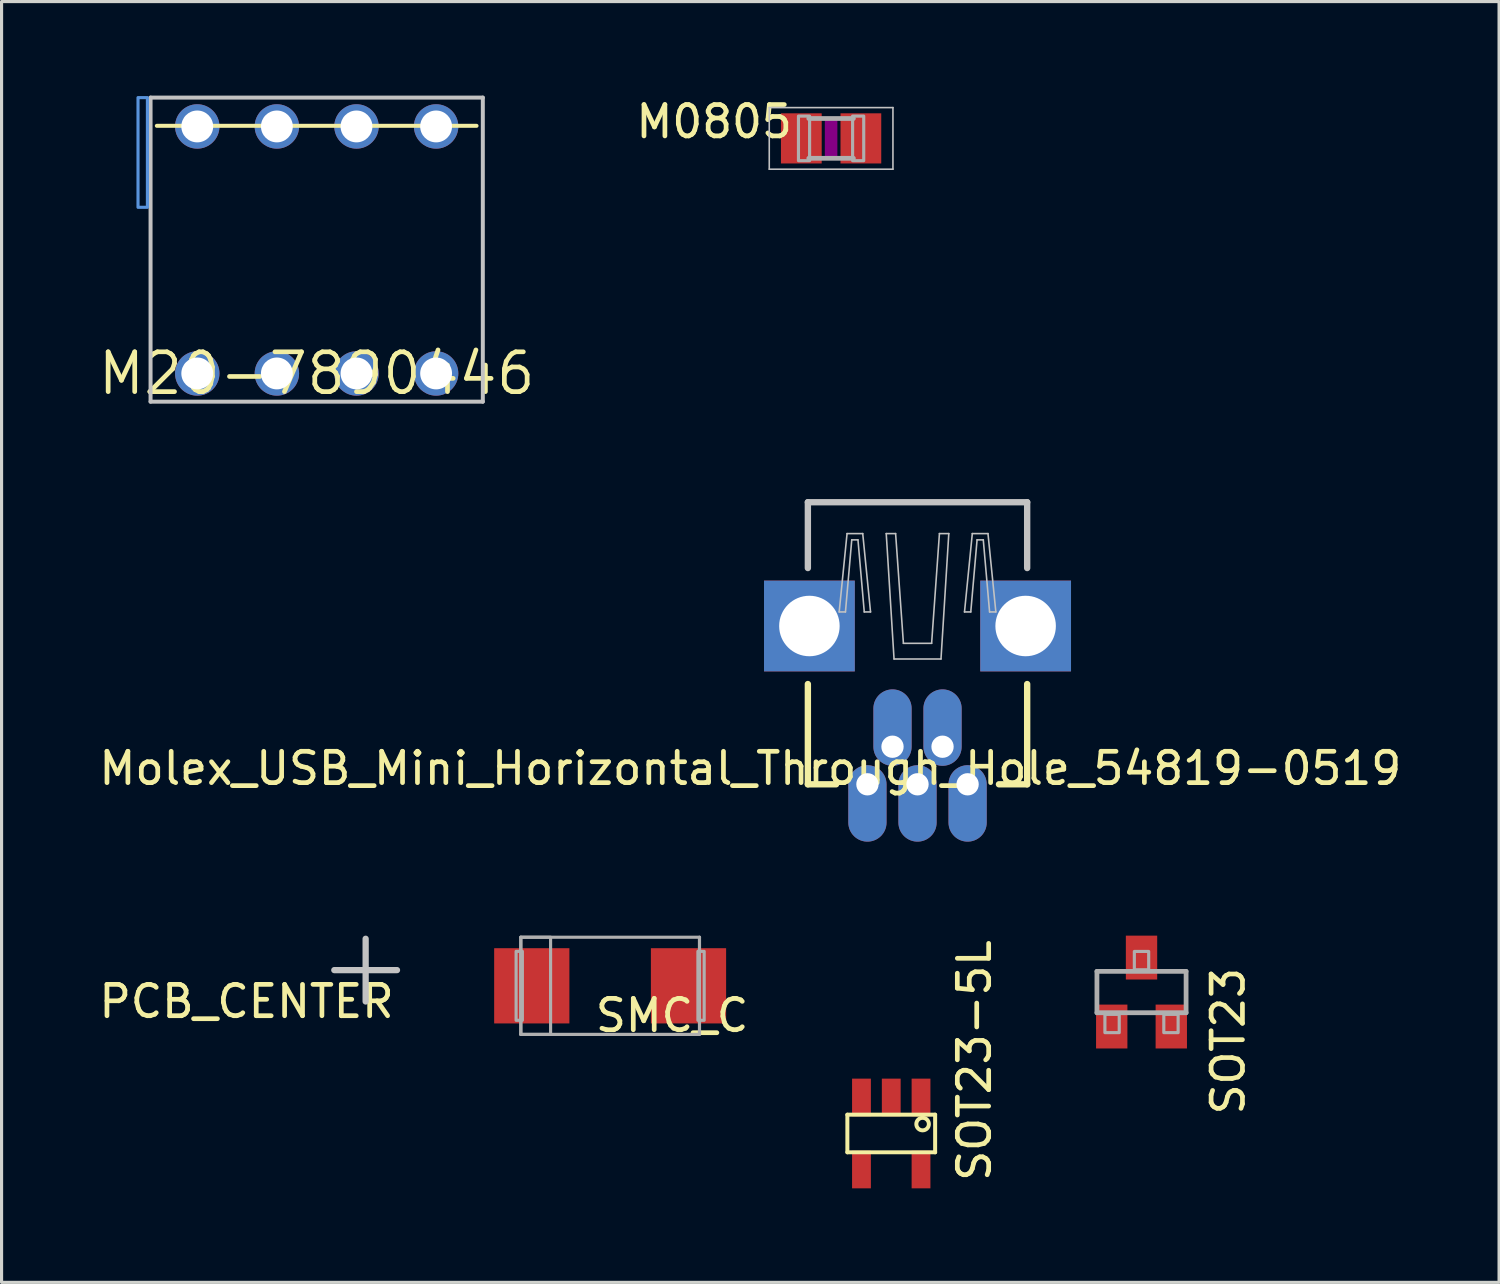
<source format=kicad_pcb>
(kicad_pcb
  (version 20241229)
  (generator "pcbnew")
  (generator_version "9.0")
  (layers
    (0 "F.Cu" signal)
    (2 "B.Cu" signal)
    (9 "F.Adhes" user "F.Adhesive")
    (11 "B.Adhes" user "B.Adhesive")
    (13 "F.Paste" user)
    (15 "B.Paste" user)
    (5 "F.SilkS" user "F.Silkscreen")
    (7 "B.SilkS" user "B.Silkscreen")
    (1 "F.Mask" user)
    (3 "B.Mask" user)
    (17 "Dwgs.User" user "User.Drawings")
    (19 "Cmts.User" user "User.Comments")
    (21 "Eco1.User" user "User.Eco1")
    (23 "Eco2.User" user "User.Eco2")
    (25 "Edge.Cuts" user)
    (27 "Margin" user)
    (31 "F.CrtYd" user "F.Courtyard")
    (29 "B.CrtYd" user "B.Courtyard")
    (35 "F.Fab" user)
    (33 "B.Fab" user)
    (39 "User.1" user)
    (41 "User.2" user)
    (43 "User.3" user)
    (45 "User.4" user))
  (footprint "PCB_CENTER"
    (layer "F.Cu")
    (at 8.615 27.899)
    (property "Reference" "PCB_CENTER" (at -3.8 1 0) (layer "F.SilkS") (effects (font (size 1 1) (thickness 0.15))))
    (attr through_hole)
    (fp_line (start -1 0) (end 1 0) (stroke (width 0.2) (type solid)) (layer "Dwgs.User"))
    (fp_line (start 0 -1) (end 0 1) (stroke (width 0.2) (type solid)) (layer "Dwgs.User")))
  (footprint "M0805"
    (layer "F.Cu")
    (at 23.464 1.365)
    (property "Reference" "M0805" (at -1.156 -1.119 180) (layer "F.SilkS") (effects (font (size 1 1) (thickness 0.15)) (justify right top)))
    (attr through_hole)
    (fp_poly (pts (xy -0.2 0.6) (xy 0.2 0.6) (xy 0.2 -0.6) (xy -0.2 -0.6)) (stroke (width 0) (type solid)) (fill yes) (layer "F.Adhes"))
    (fp_line (start -1.973 -0.983) (end 1.973 -0.983) (stroke (width 0.051) (type solid)) (layer "Dwgs.User"))
    (fp_line (start -1.973 0.983) (end -1.973 -0.983) (stroke (width 0.051) (type solid)) (layer "Dwgs.User"))
    (fp_line (start 1.973 -0.983) (end 1.973 0.983) (stroke (width 0.051) (type solid)) (layer "Dwgs.User"))
    (fp_line (start 1.973 0.983) (end -1.973 0.983) (stroke (width 0.051) (type solid)) (layer "Dwgs.User"))
    (fp_line (start 0.711 -0.635) (end -0.711 -0.635) (stroke (width 0.152) (type solid)) (layer "F.Fab"))
    (fp_line (start 0.711 0.635) (end -0.711 0.635) (stroke (width 0.152) (type solid)) (layer "F.Fab"))
    (fp_poly (pts (xy -1.041 0.711) (xy -0.686 0.711) (xy -0.686 -0.711) (xy -1.041 -0.711)) (stroke (width 0.1) (type solid)) (fill no) (layer "F.Fab"))
    (fp_poly (pts (xy 0.686 0.711) (xy 1.041 0.711) (xy 1.041 -0.711) (xy 0.686 -0.711)) (stroke (width 0.1) (type solid)) (fill no) (layer "F.Fab"))
    (pad "1" smd rect (at -0.95 0) (size 1.3 1.6) (layers "F.Cu" "F.Mask" "F.Paste"))
    (pad "2" smd rect (at 0.95 0) (size 1.3 1.6) (layers "F.Cu" "F.Mask" "F.Paste")))
  (footprint "SOT23-5L"
    (layer "F.Cu")
    (at 25.383 33.111)
    (property "Reference" "SOT23-5L" (at 3.238 1.605 90) (layer "F.SilkS") (effects (font (size 1 1) (thickness 0.15)) (justify left bottom)))
    (attr through_hole)
    (fp_line (start -1.4 -0.6) (end 1.4 -0.6) (stroke (width 0.127) (type solid)) (layer "F.SilkS"))
    (fp_line (start -1.4 0.6) (end -1.4 -0.6) (stroke (width 0.127) (type solid)) (layer "F.SilkS"))
    (fp_line (start 1.4 -0.6) (end 1.4 0.6) (stroke (width 0.127) (type solid)) (layer "F.SilkS"))
    (fp_line (start 1.4 0.6) (end -1.4 0.6) (stroke (width 0.127) (type solid)) (layer "F.SilkS"))
    (fp_circle (center 1 -0.3) (end 1.2 -0.3) (stroke (width 0.127) (type solid)) (fill no) (layer "F.SilkS"))
    (pad "1" smd rect (at 0.95 -1.15) (size 0.6 1.2) (layers "F.Cu" "F.Mask" "F.Paste"))
    (pad "2" smd rect (at 0 -1.15) (size 0.6 1.2) (layers "F.Cu" "F.Mask" "F.Paste"))
    (pad "3" smd rect (at -0.95 -1.15) (size 0.6 1.2) (layers "F.Cu" "F.Mask" "F.Paste"))
    (pad "4" smd rect (at -0.95 1.15) (size 0.6 1.2) (layers "F.Cu" "F.Mask" "F.Paste"))
    (pad "5" smd rect (at 0.95 1.15) (size 0.6 1.2) (layers "F.Cu" "F.Mask" "F.Paste")))
  (footprint "SMC_C"
    (layer "F.Cu")
    (at 16.415 28.4)
    (property "Reference" "SMC_C" (at 4.504 0.361 0) (layer "F.SilkS") (effects (font (size 1 1) (thickness 0.15)) (justify right top)))
    (attr through_hole)
    (fp_line (start -2.85 -1.55) (end 2.85 -1.55) (stroke (width 0.102) (type solid)) (layer "F.Fab"))
    (fp_line (start -2.85 1.55) (end -2.85 -1.55) (stroke (width 0.102) (type solid)) (layer "F.Fab"))
    (fp_line (start 2.85 -1.55) (end 2.85 1.55) (stroke (width 0.102) (type solid)) (layer "F.Fab"))
    (fp_line (start 2.85 1.55) (end -2.85 1.55) (stroke (width 0.102) (type solid)) (layer "F.Fab"))
    (fp_poly (pts (xy -3 1.1) (xy -2.8 1.1) (xy -2.8 -1.1) (xy -3 -1.1)) (stroke (width 0.1) (type solid)) (fill no) (layer "F.Fab"))
    (fp_poly (pts (xy -2.85 1.55) (xy -1.9 1.55) (xy -1.9 -1.55) (xy -2.85 -1.55)) (stroke (width 0.1) (type solid)) (fill no) (layer "F.Fab"))
    (fp_poly (pts (xy 3 -1.1) (xy 2.8 -1.1) (xy 2.8 1.1) (xy 3 1.1)) (stroke (width 0.1) (type solid)) (fill no) (layer "F.Fab"))
    (pad "+" smd rect (at -2.5 0) (size 2.4 2.4) (layers "F.Cu" "F.Mask" "F.Paste"))
    (pad "-" smd rect (at 2.5 0 180) (size 2.4 2.4) (layers "F.Cu" "F.Mask" "F.Paste")))
  (footprint "SOT23"
    (layer "F.Cu")
    (at 33.367 28.599)
    (property "Reference" "SOT23" (at 2.18 -0.865 90) (layer "F.SilkS") (effects (font (size 1 1) (thickness 0.15)) (justify right top)))
    (attr through_hole)
    (fp_line (start -1.422 -0.66) (end 1.422 -0.66) (stroke (width 0.152) (type solid)) (layer "F.Fab"))
    (fp_line (start -1.422 0.66) (end -1.422 -0.66) (stroke (width 0.152) (type solid)) (layer "F.Fab"))
    (fp_line (start 1.422 -0.66) (end 1.422 0.66) (stroke (width 0.152) (type solid)) (layer "F.Fab"))
    (fp_line (start 1.422 0.66) (end -1.422 0.66) (stroke (width 0.152) (type solid)) (layer "F.Fab"))
    (fp_poly (pts (xy -1.168 1.295) (xy -0.711 1.295) (xy -0.711 0.711) (xy -1.168 0.711)) (stroke (width 0.1) (type solid)) (fill no) (layer "F.Fab"))
    (fp_poly (pts (xy -0.229 -0.711) (xy 0.229 -0.711) (xy 0.229 -1.295) (xy -0.229 -1.295)) (stroke (width 0.1) (type solid)) (fill no) (layer "F.Fab"))
    (fp_poly (pts (xy 0.711 1.295) (xy 1.168 1.295) (xy 1.168 0.711) (xy 0.711 0.711)) (stroke (width 0.1) (type solid)) (fill no) (layer "F.Fab"))
    (pad "1" smd rect (at -0.95 1.1) (size 1 1.4) (layers "F.Cu" "F.Mask" "F.Paste"))
    (pad "2" smd rect (at 0.95 1.1) (size 1 1.4) (layers "F.Cu" "F.Mask" "F.Paste"))
    (pad "3" smd rect (at 0 -1.1) (size 1 1.4) (layers "F.Cu" "F.Mask" "F.Paste")))
  (footprint "M20-7890446"
    (layer "F.Cu")
    (at 7.053 8.864)
    (property "Reference" "M20-7890446" (at 0 0 0) (layer "F.SilkS") (effects (font (size 1.27 1.27) (thickness 0.15))))
    (attr through_hole)
    (fp_line (start -5.1 -7.9) (end 5.1 -7.9) (stroke (width 0.127) (type solid)) (layer "F.SilkS"))
    (fp_line (start -5.3 -8.8) (end 5.3 -8.8) (stroke (width 0.127) (type solid)) (layer "Dwgs.User"))
    (fp_line (start -5.3 0.9) (end -5.3 -8.8) (stroke (width 0.127) (type solid)) (layer "Dwgs.User"))
    (fp_line (start 5.3 -8.8) (end 5.3 0.9) (stroke (width 0.127) (type solid)) (layer "Dwgs.User"))
    (fp_line (start 5.3 0.9) (end -5.3 0.9) (stroke (width 0.127) (type solid)) (layer "Dwgs.User"))
    (fp_poly (pts (xy -5.7 -5.3) (xy -5.4 -5.3) (xy -5.4 -8.8) (xy -5.7 -8.8)) (stroke (width 0.1) (type solid)) (fill no) (layer "Cmts.User"))
    (fp_poly (pts (xy -4.064 -7.626) (xy -3.556 -7.626) (xy -3.556 -8.134) (xy -4.064 -8.134)) (stroke (width 0.1) (type solid)) (fill no) (layer "F.Fab"))
    (fp_poly (pts (xy -4.064 0.254) (xy -3.556 0.254) (xy -3.556 -0.254) (xy -4.064 -0.254)) (stroke (width 0.1) (type solid)) (fill no) (layer "F.Fab"))
    (fp_poly (pts (xy -1.524 -7.626) (xy -1.016 -7.626) (xy -1.016 -8.134) (xy -1.524 -8.134)) (stroke (width 0.1) (type solid)) (fill no) (layer "F.Fab"))
    (fp_poly (pts (xy -1.524 0.254) (xy -1.016 0.254) (xy -1.016 -0.254) (xy -1.524 -0.254)) (stroke (width 0.1) (type solid)) (fill no) (layer "F.Fab"))
    (fp_poly (pts (xy 1.016 -7.626) (xy 1.524 -7.626) (xy 1.524 -8.134) (xy 1.016 -8.134)) (stroke (width 0.1) (type solid)) (fill no) (layer "F.Fab"))
    (fp_poly (pts (xy 1.016 0.254) (xy 1.524 0.254) (xy 1.524 -0.254) (xy 1.016 -0.254)) (stroke (width 0.1) (type solid)) (fill no) (layer "F.Fab"))
    (fp_poly (pts (xy 3.556 -7.626) (xy 4.064 -7.626) (xy 4.064 -8.134) (xy 3.556 -8.134)) (stroke (width 0.1) (type solid)) (fill no) (layer "F.Fab"))
    (fp_poly (pts (xy 3.556 0.254) (xy 4.064 0.254) (xy 4.064 -0.254) (xy 3.556 -0.254)) (stroke (width 0.1) (type solid)) (fill no) (layer "F.Fab"))
    (pad "1" thru_hole circle (at -3.81 0 90) (size 1.417 1.417) (drill 1.016) (layers "*.Cu" "*.Mask"))
    (pad "1'" thru_hole circle (at -3.81 -7.88 90) (size 1.417 1.417) (drill 1.016) (layers "*.Cu" "*.Mask"))
    (pad "2" thru_hole circle (at -1.27 0 90) (size 1.417 1.417) (drill 1.016) (layers "*.Cu" "*.Mask"))
    (pad "2'" thru_hole circle (at -1.27 -7.88 90) (size 1.417 1.417) (drill 1.016) (layers "*.Cu" "*.Mask"))
    (pad "3" thru_hole circle (at 1.27 0 90) (size 1.417 1.417) (drill 1.016) (layers "*.Cu" "*.Mask"))
    (pad "3'" thru_hole circle (at 1.27 -7.88 90) (size 1.417 1.417) (drill 1.016) (layers "*.Cu" "*.Mask"))
    (pad "4" thru_hole circle (at 3.81 0 90) (size 1.417 1.417) (drill 1.016) (layers "*.Cu" "*.Mask"))
    (pad "4'" thru_hole circle (at 3.81 -7.88 90) (size 1.417 1.417) (drill 1.016) (layers "*.Cu" "*.Mask")))
  (footprint "Molex_USB_Mini_Horizontal_Through_Hole_54819-0519"
    (layer "F.Cu")
    (at 26.221 21.971)
    (property "Reference" "Molex_USB_Mini_Horizontal_Through_Hole_54819-0519" (at -5.334 -0.508 180) (layer "F.SilkS") (effects (font (size 1 1) (thickness 0.15))))
    (attr through_hole)
    (fp_line (start -3.498 -3.198) (end -3.498 0) (stroke (width 0.203) (type solid)) (layer "F.SilkS"))
    (fp_line (start -3.498 0) (end -2.598 0) (stroke (width 0.203) (type solid)) (layer "F.SilkS"))
    (fp_line (start 2.598 0) (end 3.498 0) (stroke (width 0.203) (type solid)) (layer "F.SilkS"))
    (fp_line (start 3.498 0) (end 3.498 -3.198) (stroke (width 0.203) (type solid)) (layer "F.SilkS"))
    (fp_line (start -3.498 -8.999) (end -3.498 -6.899) (stroke (width 0.203) (type solid)) (layer "Dwgs.User"))
    (fp_line (start -3.498 -8.999) (end 3.498 -8.999) (stroke (width 0.203) (type solid)) (layer "Dwgs.User"))
    (fp_line (start -2.499 -5.499) (end -2.299 -5.499) (stroke (width 0.051) (type solid)) (layer "Dwgs.User"))
    (fp_line (start -2.299 -5.499) (end -2.098 -7.798) (stroke (width 0.051) (type solid)) (layer "Dwgs.User"))
    (fp_line (start -2.248 -7.998) (end -2.499 -5.499) (stroke (width 0.051) (type solid)) (layer "Dwgs.User"))
    (fp_line (start -2.248 -7.998) (end -1.748 -7.998) (stroke (width 0.051) (type solid)) (layer "Dwgs.User"))
    (fp_line (start -2.098 -7.798) (end -1.9 -7.798) (stroke (width 0.051) (type solid)) (layer "Dwgs.User"))
    (fp_line (start -1.9 -7.798) (end -1.699 -5.499) (stroke (width 0.051) (type solid)) (layer "Dwgs.User"))
    (fp_line (start -1.748 -7.998) (end -1.499 -5.499) (stroke (width 0.051) (type solid)) (layer "Dwgs.User"))
    (fp_line (start -1.699 -5.499) (end -1.499 -5.499) (stroke (width 0.051) (type solid)) (layer "Dwgs.User"))
    (fp_line (start -0.749 -3.998) (end -0.998 -7.998) (stroke (width 0.051) (type solid)) (layer "Dwgs.User"))
    (fp_line (start -0.749 -3.998) (end 0.749 -3.998) (stroke (width 0.051) (type solid)) (layer "Dwgs.User"))
    (fp_line (start -0.699 -7.998) (end -0.998 -7.998) (stroke (width 0.051) (type solid)) (layer "Dwgs.User"))
    (fp_line (start -0.699 -7.998) (end -0.45 -4.498) (stroke (width 0.051) (type solid)) (layer "Dwgs.User"))
    (fp_line (start -0.45 -4.498) (end 0.45 -4.498) (stroke (width 0.051) (type solid)) (layer "Dwgs.User"))
    (fp_line (start 0.45 -4.498) (end 0.699 -7.998) (stroke (width 0.051) (type solid)) (layer "Dwgs.User"))
    (fp_line (start 0.699 -7.998) (end 0.998 -7.998) (stroke (width 0.051) (type solid)) (layer "Dwgs.User"))
    (fp_line (start 0.749 -3.998) (end 0.998 -7.998) (stroke (width 0.051) (type solid)) (layer "Dwgs.User"))
    (fp_line (start 1.499 -5.499) (end 1.699 -5.499) (stroke (width 0.051) (type solid)) (layer "Dwgs.User"))
    (fp_line (start 1.699 -5.499) (end 1.9 -7.798) (stroke (width 0.051) (type solid)) (layer "Dwgs.User"))
    (fp_line (start 1.748 -7.998) (end 1.499 -5.499) (stroke (width 0.051) (type solid)) (layer "Dwgs.User"))
    (fp_line (start 1.748 -7.998) (end 2.248 -7.998) (stroke (width 0.051) (type solid)) (layer "Dwgs.User"))
    (fp_line (start 1.9 -7.798) (end 2.098 -7.798) (stroke (width 0.051) (type solid)) (layer "Dwgs.User"))
    (fp_line (start 2.098 -7.798) (end 2.299 -5.499) (stroke (width 0.051) (type solid)) (layer "Dwgs.User"))
    (fp_line (start 2.248 -7.998) (end 2.499 -5.499) (stroke (width 0.051) (type solid)) (layer "Dwgs.User"))
    (fp_line (start 2.299 -5.499) (end 2.499 -5.499) (stroke (width 0.051) (type solid)) (layer "Dwgs.User"))
    (fp_line (start 3.498 -8.999) (end 3.498 -6.899) (stroke (width 0.203) (type solid)) (layer "Dwgs.User"))
    (pad "1" thru_hole oval (at 1.598 0) (size 1.219 2.438) (drill 0.711 (offset 0 0.61)) (layers "*.Cu" "*.Paste" "*.Mask"))
    (pad "2" thru_hole oval (at 0.798 -1.199 180) (size 1.219 2.438) (drill 0.711 (offset 0 0.61)) (layers "*.Cu" "*.Paste" "*.Mask"))
    (pad "3" thru_hole oval (at 0 0) (size 1.219 2.438) (drill 0.711 (offset 0 0.61)) (layers "*.Cu" "*.Paste" "*.Mask"))
    (pad "4" thru_hole oval (at -0.798 -1.199 180) (size 1.219 2.438) (drill 0.711 (offset 0 0.61)) (layers "*.Cu" "*.Paste" "*.Mask"))
    (pad "5" thru_hole oval (at -1.598 0) (size 1.219 2.438) (drill 0.711 (offset 0 0.61)) (layers "*.Cu" "*.Paste" "*.Mask"))
    (pad "S1" thru_hole rect (at -3.449 -5.05) (size 2.896 2.896) (drill 1.93) (layers "*.Cu" "*.Paste" "*.Mask"))
    (pad "S2" thru_hole rect (at 3.449 -5.05) (size 2.896 2.896) (drill 1.93) (layers "*.Cu" "*.Paste" "*.Mask")))
  (gr_rect
    (start -3 -3)
    (end 44.774 37.861)
    (stroke (width 0.1) (type default))
    (fill no)
    (layer "Edge.Cuts")))
</source>
